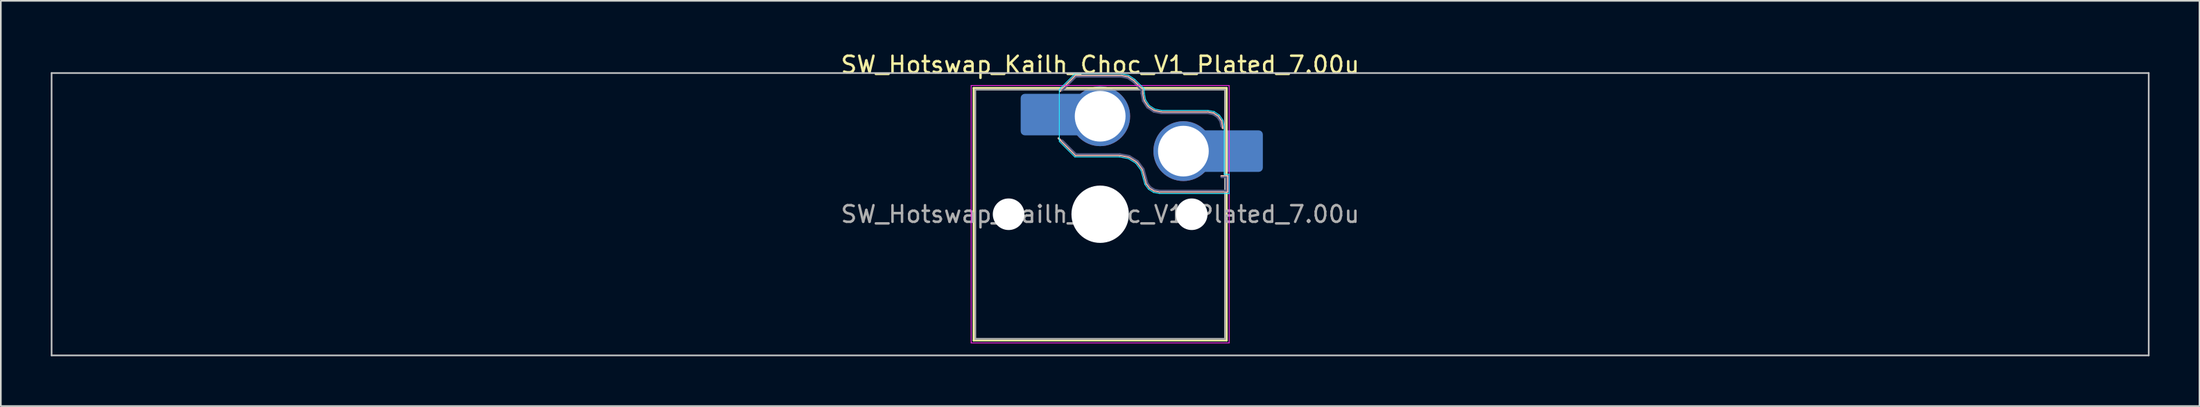
<source format=kicad_pcb>
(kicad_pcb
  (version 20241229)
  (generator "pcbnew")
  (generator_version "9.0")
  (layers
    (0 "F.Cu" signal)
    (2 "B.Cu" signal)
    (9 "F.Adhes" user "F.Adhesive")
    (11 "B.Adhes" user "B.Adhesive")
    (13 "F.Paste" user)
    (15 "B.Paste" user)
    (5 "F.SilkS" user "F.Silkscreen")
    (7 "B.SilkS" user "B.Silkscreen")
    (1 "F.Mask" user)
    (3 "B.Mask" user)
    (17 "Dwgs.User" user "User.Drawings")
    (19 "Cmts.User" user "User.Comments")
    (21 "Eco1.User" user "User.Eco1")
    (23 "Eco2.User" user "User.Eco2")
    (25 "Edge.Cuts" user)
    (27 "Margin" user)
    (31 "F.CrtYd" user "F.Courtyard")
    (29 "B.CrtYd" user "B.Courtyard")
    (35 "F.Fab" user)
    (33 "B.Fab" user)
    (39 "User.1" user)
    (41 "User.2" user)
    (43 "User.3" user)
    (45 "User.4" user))
  (footprint "SW_Hotswap_Kailh_Choc_V1_Plated_7.00u"
    (layer "F.Cu")
    (at 63.05 9.848)
    (property "Reference" "SW_Hotswap_Kailh_Choc_V1_Plated_7.00u" (at 0 -9 0) (layer "F.SilkS") (effects (font (size 1 1) (thickness 0.15))))
    (attr smd)
    (fp_line (start -7.6 -7.6) (end -7.6 7.6) (stroke (width 0.12) (type solid)) (layer "F.SilkS"))
    (fp_line (start -7.6 7.6) (end 7.6 7.6) (stroke (width 0.12) (type solid)) (layer "F.SilkS"))
    (fp_line (start 7.6 -7.6) (end -7.6 -7.6) (stroke (width 0.12) (type solid)) (layer "F.SilkS"))
    (fp_line (start 7.6 7.6) (end 7.6 -7.6) (stroke (width 0.12) (type solid)) (layer "F.SilkS"))
    (fp_line (start -2.416 -7.409) (end -1.479 -8.346) (stroke (width 0.12) (type solid)) (layer "B.SilkS"))
    (fp_line (start -1.479 -8.346) (end 1.268 -8.346) (stroke (width 0.12) (type solid)) (layer "B.SilkS"))
    (fp_line (start -1.479 -3.554) (end -2.5 -4.575) (stroke (width 0.12) (type solid)) (layer "B.SilkS"))
    (fp_line (start 1.168 -3.554) (end -1.479 -3.554) (stroke (width 0.12) (type solid)) (layer "B.SilkS"))
    (fp_line (start 1.268 -8.346) (end 1.671 -8.266) (stroke (width 0.12) (type solid)) (layer "B.SilkS"))
    (fp_line (start 1.671 -8.266) (end 2.013 -8.037) (stroke (width 0.12) (type solid)) (layer "B.SilkS"))
    (fp_line (start 1.73 -3.449) (end 1.168 -3.554) (stroke (width 0.12) (type solid)) (layer "B.SilkS"))
    (fp_line (start 2.013 -8.037) (end 2.546 -7.504) (stroke (width 0.12) (type solid)) (layer "B.SilkS"))
    (fp_line (start 2.209 -3.15) (end 1.73 -3.449) (stroke (width 0.12) (type solid)) (layer "B.SilkS"))
    (fp_line (start 2.546 -7.504) (end 2.546 -7.282) (stroke (width 0.12) (type solid)) (layer "B.SilkS"))
    (fp_line (start 2.546 -7.282) (end 2.633 -6.844) (stroke (width 0.12) (type solid)) (layer "B.SilkS"))
    (fp_line (start 2.547 -2.697) (end 2.209 -3.15) (stroke (width 0.12) (type solid)) (layer "B.SilkS"))
    (fp_line (start 2.633 -6.844) (end 2.877 -6.477) (stroke (width 0.12) (type solid)) (layer "B.SilkS"))
    (fp_line (start 2.701 -2.139) (end 2.547 -2.697) (stroke (width 0.12) (type solid)) (layer "B.SilkS"))
    (fp_line (start 2.783 -1.841) (end 2.701 -2.139) (stroke (width 0.12) (type solid)) (layer "B.SilkS"))
    (fp_line (start 2.877 -6.477) (end 3.244 -6.233) (stroke (width 0.12) (type solid)) (layer "B.SilkS"))
    (fp_line (start 2.976 -1.583) (end 2.783 -1.841) (stroke (width 0.12) (type solid)) (layer "B.SilkS"))
    (fp_line (start 3.244 -6.233) (end 3.682 -6.146) (stroke (width 0.12) (type solid)) (layer "B.SilkS"))
    (fp_line (start 3.25 -1.413) (end 2.976 -1.583) (stroke (width 0.12) (type solid)) (layer "B.SilkS"))
    (fp_line (start 3.56 -1.354) (end 3.25 -1.413) (stroke (width 0.12) (type solid)) (layer "B.SilkS"))
    (fp_line (start 3.682 -6.146) (end 6.482 -6.146) (stroke (width 0.12) (type solid)) (layer "B.SilkS"))
    (fp_line (start 6.482 -6.146) (end 6.809 -6.081) (stroke (width 0.12) (type solid)) (layer "B.SilkS"))
    (fp_line (start 6.809 -6.081) (end 7.092 -5.892) (stroke (width 0.12) (type solid)) (layer "B.SilkS"))
    (fp_line (start 7.092 -5.892) (end 7.281 -5.609) (stroke (width 0.12) (type solid)) (layer "B.SilkS"))
    (fp_line (start 7.281 -5.609) (end 7.366 -5.182) (stroke (width 0.12) (type solid)) (layer "B.SilkS"))
    (fp_line (start 7.283 -2.296) (end 7.646 -2.296) (stroke (width 0.12) (type solid)) (layer "B.SilkS"))
    (fp_line (start 7.646 -2.296) (end 7.646 -1.354) (stroke (width 0.12) (type solid)) (layer "B.SilkS"))
    (fp_line (start 7.646 -1.354) (end 3.56 -1.354) (stroke (width 0.12) (type solid)) (layer "B.SilkS"))
    (fp_line (start -63 -8.5) (end -63 8.5) (stroke (width 0.1) (type solid)) (layer "Dwgs.User"))
    (fp_line (start -63 8.5) (end 63 8.5) (stroke (width 0.1) (type solid)) (layer "Dwgs.User"))
    (fp_line (start 63 -8.5) (end -63 -8.5) (stroke (width 0.1) (type solid)) (layer "Dwgs.User"))
    (fp_line (start 63 8.5) (end 63 -8.5) (stroke (width 0.1) (type solid)) (layer "Dwgs.User"))
    (fp_line (start -7.25 -7.25) (end -7.25 7.25) (stroke (width 0.1) (type solid)) (layer "Eco1.User"))
    (fp_line (start -7.25 7.25) (end 7.25 7.25) (stroke (width 0.1) (type solid)) (layer "Eco1.User"))
    (fp_line (start 7.25 -7.25) (end -7.25 -7.25) (stroke (width 0.1) (type solid)) (layer "Eco1.User"))
    (fp_line (start 7.25 7.25) (end 7.25 -7.25) (stroke (width 0.1) (type solid)) (layer "Eco1.User"))
    (fp_line (start -2.452 -7.523) (end -1.523 -8.452) (stroke (width 0.05) (type solid)) (layer "B.CrtYd"))
    (fp_line (start -2.452 -4.377) (end -2.452 -7.523) (stroke (width 0.05) (type solid)) (layer "B.CrtYd"))
    (fp_line (start -1.523 -8.452) (end 1.278 -8.452) (stroke (width 0.05) (type solid)) (layer "B.CrtYd"))
    (fp_line (start -1.523 -3.448) (end -2.452 -4.377) (stroke (width 0.05) (type solid)) (layer "B.CrtYd"))
    (fp_line (start 1.159 -3.448) (end -1.523 -3.448) (stroke (width 0.05) (type solid)) (layer "B.CrtYd"))
    (fp_line (start 1.278 -8.452) (end 1.712 -8.366) (stroke (width 0.05) (type solid)) (layer "B.CrtYd"))
    (fp_line (start 1.691 -3.348) (end 1.159 -3.448) (stroke (width 0.05) (type solid)) (layer "B.CrtYd"))
    (fp_line (start 1.712 -8.366) (end 2.081 -8.119) (stroke (width 0.05) (type solid)) (layer "B.CrtYd"))
    (fp_line (start 2.081 -8.119) (end 2.652 -7.548) (stroke (width 0.05) (type solid)) (layer "B.CrtYd"))
    (fp_line (start 2.136 -3.071) (end 1.691 -3.348) (stroke (width 0.05) (type solid)) (layer "B.CrtYd"))
    (fp_line (start 2.45 -2.65) (end 2.136 -3.071) (stroke (width 0.05) (type solid)) (layer "B.CrtYd"))
    (fp_line (start 2.599 -2.111) (end 2.45 -2.65) (stroke (width 0.05) (type solid)) (layer "B.CrtYd"))
    (fp_line (start 2.652 -7.548) (end 2.652 -7.292) (stroke (width 0.05) (type solid)) (layer "B.CrtYd"))
    (fp_line (start 2.652 -7.292) (end 2.733 -6.885) (stroke (width 0.05) (type solid)) (layer "B.CrtYd"))
    (fp_line (start 2.687 -1.794) (end 2.599 -2.111) (stroke (width 0.05) (type solid)) (layer "B.CrtYd"))
    (fp_line (start 2.733 -6.885) (end 2.953 -6.553) (stroke (width 0.05) (type solid)) (layer "B.CrtYd"))
    (fp_line (start 2.903 -1.503) (end 2.687 -1.794) (stroke (width 0.05) (type solid)) (layer "B.CrtYd"))
    (fp_line (start 2.953 -6.553) (end 3.285 -6.333) (stroke (width 0.05) (type solid)) (layer "B.CrtYd"))
    (fp_line (start 3.211 -1.312) (end 2.903 -1.503) (stroke (width 0.05) (type solid)) (layer "B.CrtYd"))
    (fp_line (start 3.285 -6.333) (end 3.692 -6.252) (stroke (width 0.05) (type solid)) (layer "B.CrtYd"))
    (fp_line (start 3.55 -1.248) (end 3.211 -1.312) (stroke (width 0.05) (type solid)) (layer "B.CrtYd"))
    (fp_line (start 3.692 -6.252) (end 6.492 -6.252) (stroke (width 0.05) (type solid)) (layer "B.CrtYd"))
    (fp_line (start 6.492 -6.252) (end 6.85 -6.181) (stroke (width 0.05) (type solid)) (layer "B.CrtYd"))
    (fp_line (start 6.85 -6.181) (end 7.168 -5.968) (stroke (width 0.05) (type solid)) (layer "B.CrtYd"))
    (fp_line (start 7.168 -5.968) (end 7.381 -5.65) (stroke (width 0.05) (type solid)) (layer "B.CrtYd"))
    (fp_line (start 7.381 -5.65) (end 7.452 -5.292) (stroke (width 0.05) (type solid)) (layer "B.CrtYd"))
    (fp_line (start 7.452 -5.292) (end 7.452 -2.402) (stroke (width 0.05) (type solid)) (layer "B.CrtYd"))
    (fp_line (start 7.452 -2.402) (end 7.752 -2.402) (stroke (width 0.05) (type solid)) (layer "B.CrtYd"))
    (fp_line (start 7.752 -2.402) (end 7.752 -1.248) (stroke (width 0.05) (type solid)) (layer "B.CrtYd"))
    (fp_line (start 7.752 -1.248) (end 3.55 -1.248) (stroke (width 0.05) (type solid)) (layer "B.CrtYd"))
    (fp_line (start -7.75 -7.75) (end -7.75 7.75) (stroke (width 0.05) (type solid)) (layer "F.CrtYd"))
    (fp_line (start -7.75 7.75) (end 7.75 7.75) (stroke (width 0.05) (type solid)) (layer "F.CrtYd"))
    (fp_line (start 7.75 -7.75) (end -7.75 -7.75) (stroke (width 0.05) (type solid)) (layer "F.CrtYd"))
    (fp_line (start 7.75 7.75) (end 7.75 -7.75) (stroke (width 0.05) (type solid)) (layer "F.CrtYd"))
    (fp_line (start -2.275 -7.45) (end -1.45 -8.275) (stroke (width 0.1) (type solid)) (layer "B.Fab"))
    (fp_line (start -1.45 -8.275) (end 1.261 -8.275) (stroke (width 0.1) (type solid)) (layer "B.Fab"))
    (fp_line (start -1.45 -3.625) (end -2.275 -4.45) (stroke (width 0.1) (type solid)) (layer "B.Fab"))
    (fp_line (start 1.175 -3.625) (end -1.45 -3.625) (stroke (width 0.1) (type solid)) (layer "B.Fab"))
    (fp_line (start 1.261 -8.275) (end 1.643 -8.199) (stroke (width 0.1) (type solid)) (layer "B.Fab"))
    (fp_line (start 1.643 -8.199) (end 1.968 -7.982) (stroke (width 0.1) (type solid)) (layer "B.Fab"))
    (fp_line (start 1.756 -3.516) (end 1.175 -3.625) (stroke (width 0.1) (type solid)) (layer "B.Fab"))
    (fp_line (start 1.968 -7.982) (end 2.475 -7.475) (stroke (width 0.1) (type solid)) (layer "B.Fab"))
    (fp_line (start 2.258 -3.203) (end 1.756 -3.516) (stroke (width 0.1) (type solid)) (layer "B.Fab"))
    (fp_line (start 2.475 -7.475) (end 2.475 -7.275) (stroke (width 0.1) (type solid)) (layer "B.Fab"))
    (fp_line (start 2.475 -7.275) (end 2.566 -6.816) (stroke (width 0.1) (type solid)) (layer "B.Fab"))
    (fp_line (start 2.566 -6.816) (end 2.826 -6.426) (stroke (width 0.1) (type solid)) (layer "B.Fab"))
    (fp_line (start 2.612 -2.729) (end 2.258 -3.203) (stroke (width 0.1) (type solid)) (layer "B.Fab"))
    (fp_line (start 2.769 -2.158) (end 2.612 -2.729) (stroke (width 0.1) (type solid)) (layer "B.Fab"))
    (fp_line (start 2.826 -6.426) (end 3.216 -6.166) (stroke (width 0.1) (type solid)) (layer "B.Fab"))
    (fp_line (start 2.848 -1.873) (end 2.769 -2.158) (stroke (width 0.1) (type solid)) (layer "B.Fab"))
    (fp_line (start 3.025 -1.636) (end 2.848 -1.873) (stroke (width 0.1) (type solid)) (layer "B.Fab"))
    (fp_line (start 3.216 -6.166) (end 3.675 -6.075) (stroke (width 0.1) (type solid)) (layer "B.Fab"))
    (fp_line (start 3.276 -1.48) (end 3.025 -1.636) (stroke (width 0.1) (type solid)) (layer "B.Fab"))
    (fp_line (start 3.567 -1.425) (end 3.276 -1.48) (stroke (width 0.1) (type solid)) (layer "B.Fab"))
    (fp_line (start 3.675 -6.075) (end 6.475 -6.075) (stroke (width 0.1) (type solid)) (layer "B.Fab"))
    (fp_line (start 6.475 -6.075) (end 6.781 -6.014) (stroke (width 0.1) (type solid)) (layer "B.Fab"))
    (fp_line (start 6.781 -6.014) (end 7.041 -5.841) (stroke (width 0.1) (type solid)) (layer "B.Fab"))
    (fp_line (start 7.041 -5.841) (end 7.214 -5.581) (stroke (width 0.1) (type solid)) (layer "B.Fab"))
    (fp_line (start 7.214 -5.581) (end 7.275 -5.275) (stroke (width 0.1) (type solid)) (layer "B.Fab"))
    (fp_line (start 7.275 -2.225) (end 7.575 -2.225) (stroke (width 0.1) (type solid)) (layer "B.Fab"))
    (fp_line (start 7.575 -2.225) (end 7.575 -1.425) (stroke (width 0.1) (type solid)) (layer "B.Fab"))
    (fp_line (start 7.575 -1.425) (end 3.567 -1.425) (stroke (width 0.1) (type solid)) (layer "B.Fab"))
    (fp_line (start -7.5 -7.5) (end -7.5 7.5) (stroke (width 0.1) (type solid)) (layer "F.Fab"))
    (fp_line (start -7.5 7.5) (end 7.5 7.5) (stroke (width 0.1) (type solid)) (layer "F.Fab"))
    (fp_line (start 7.5 -7.5) (end -7.5 -7.5) (stroke (width 0.1) (type solid)) (layer "F.Fab"))
    (fp_line (start 7.5 7.5) (end 7.5 -7.5) (stroke (width 0.1) (type solid)) (layer "F.Fab"))
    (fp_text user "${REFERENCE}" (at 0 0 0) (layer "F.Fab") (effects (font (size 1 1) (thickness 0.15))))
    (pad "" np_thru_hole circle (at -5.5 0) (size 1.9 1.9) (drill 1.9) (layers "*.Cu" "*.Mask"))
    (pad "" smd roundrect (at -3.5 -6) (size 2.55 2.5) (layers "B.Mask" "B.Paste") (roundrect_rratio 0.1))
    (pad "" smd circle (at 0 -5.9) (size 3.1 3.1) (layers "F.Mask"))
    (pad "" np_thru_hole circle (at 0 0) (size 3.45 3.45) (drill 3.45) (layers "*.Cu" "*.Mask"))
    (pad "" smd circle (at 5 -3.8) (size 3.1 3.1) (layers "F.Mask"))
    (pad "" np_thru_hole circle (at 5.5 0) (size 1.9 1.9) (drill 1.9) (layers "*.Cu" "*.Mask"))
    (pad "" smd roundrect (at 8.5 -3.8) (size 2.55 2.5) (layers "B.Mask" "B.Paste") (roundrect_rratio 0.1))
    (pad "1" smd roundrect (at -2.85 -6) (size 3.85 2.5) (layers "B.Cu") (roundrect_rratio 0.1))
    (pad "1" thru_hole circle (at 0 -5.9) (size 3.6 3.6) (drill 3.05) (layers "*.Cu" "B.Mask"))
    (pad "2" thru_hole circle (at 5 -3.8) (size 3.6 3.6) (drill 3.05) (layers "*.Cu" "B.Mask"))
    (pad "2" smd roundrect (at 7.85 -3.8) (size 3.85 2.5) (layers "B.Cu") (roundrect_rratio 0.1)))
  (gr_rect
    (start -3 -3)
    (end 129.1 21.398)
    (stroke (width 0.1) (type default))
    (fill no)
    (layer "Edge.Cuts")))
</source>
